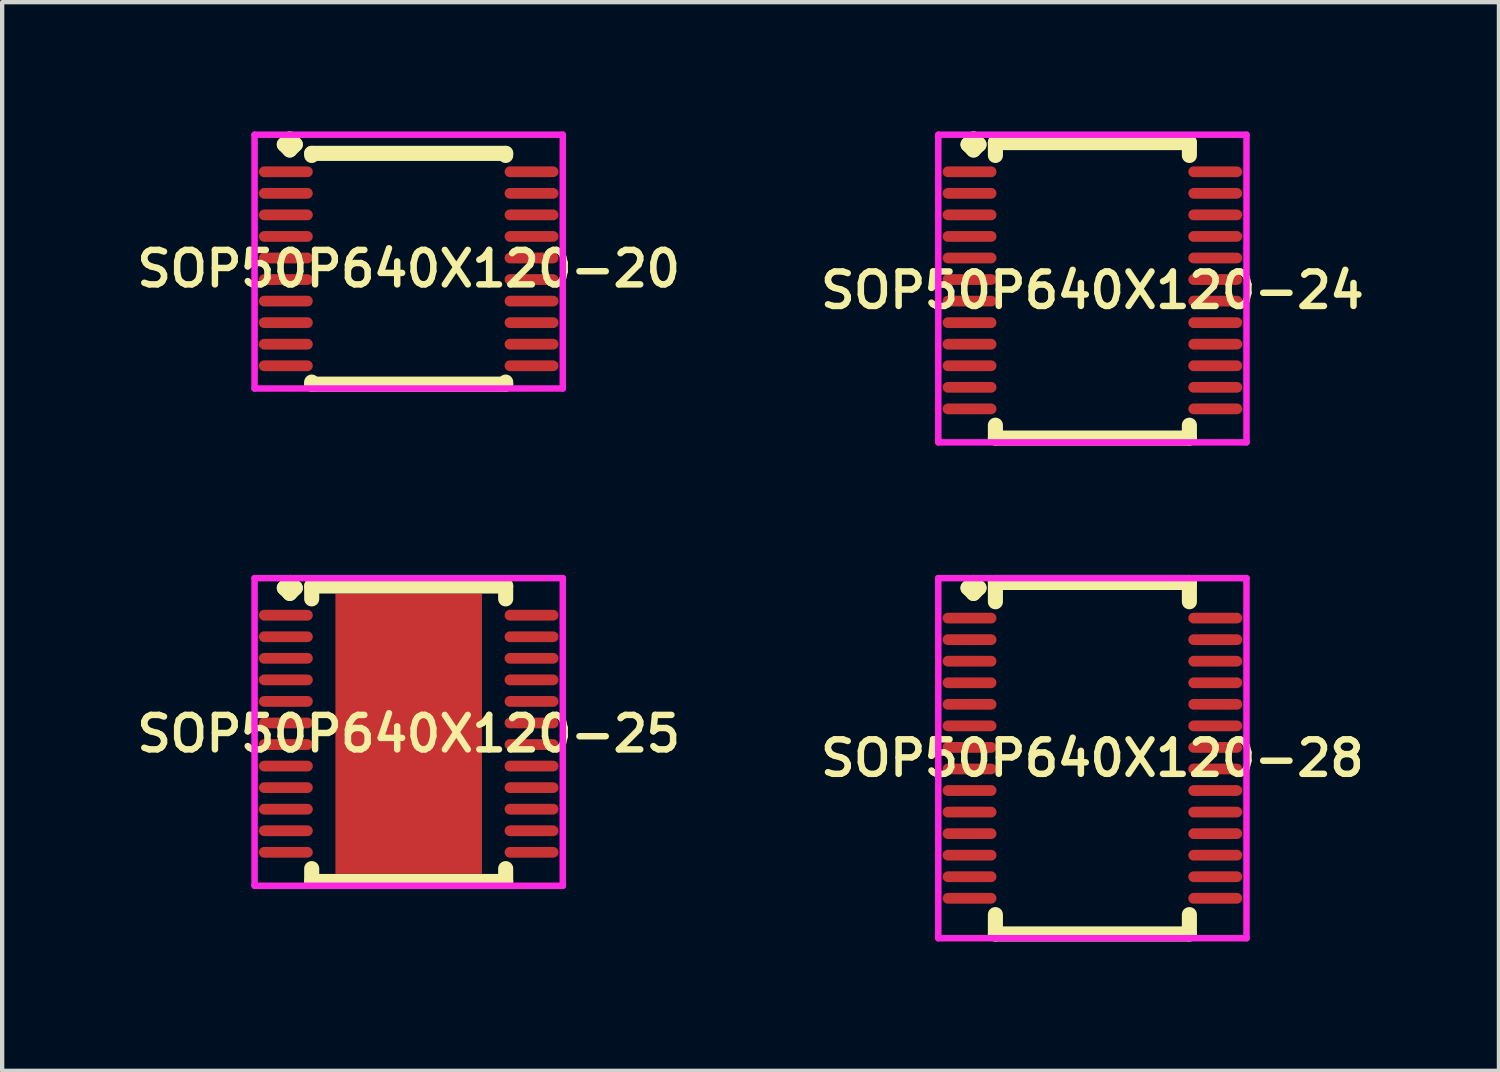
<source format=kicad_pcb>
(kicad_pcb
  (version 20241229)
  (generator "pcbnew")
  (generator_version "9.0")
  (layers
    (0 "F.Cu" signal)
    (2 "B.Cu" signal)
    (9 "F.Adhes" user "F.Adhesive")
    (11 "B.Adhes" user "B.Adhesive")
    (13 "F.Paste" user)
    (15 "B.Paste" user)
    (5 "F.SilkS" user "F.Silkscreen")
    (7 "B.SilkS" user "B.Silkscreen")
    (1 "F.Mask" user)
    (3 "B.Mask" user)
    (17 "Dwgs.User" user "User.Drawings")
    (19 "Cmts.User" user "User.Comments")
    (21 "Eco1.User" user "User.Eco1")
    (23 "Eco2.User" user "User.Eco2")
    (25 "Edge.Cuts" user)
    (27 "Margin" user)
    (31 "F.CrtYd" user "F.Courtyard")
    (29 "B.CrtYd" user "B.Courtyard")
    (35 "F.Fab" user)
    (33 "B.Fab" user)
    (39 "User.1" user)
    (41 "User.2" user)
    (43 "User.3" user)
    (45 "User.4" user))
  (footprint "SOP50P640X120-24"
    (layer "F.Cu")
    (at 22.292 3.685)
    (property "Reference" "SOP50P640X120-24" (at 0 0 0) (layer "F.SilkS") (effects (font (size 0.8 0.8) (thickness 0.15))))
    (attr through_hole)
    (fp_line (start -2.885 -3.383) (end -2.758 -3.51) (stroke (width 0.35) (type solid)) (layer "F.SilkS"))
    (fp_line (start -2.758 -3.51) (end -2.631 -3.383) (stroke (width 0.35) (type solid)) (layer "F.SilkS"))
    (fp_line (start -2.758 -3.256) (end -2.885 -3.383) (stroke (width 0.35) (type solid)) (layer "F.SilkS"))
    (fp_line (start -2.631 -3.383) (end -2.758 -3.256) (stroke (width 0.35) (type solid)) (layer "F.SilkS"))
    (fp_line (start -2.25 -3.427) (end 2.25 -3.427) (stroke (width 0.35) (type solid)) (layer "F.SilkS"))
    (fp_line (start -2.25 -3.129) (end -2.25 -3.427) (stroke (width 0.35) (type solid)) (layer "F.SilkS"))
    (fp_line (start -2.25 3.129) (end -2.25 3.427) (stroke (width 0.35) (type solid)) (layer "F.SilkS"))
    (fp_line (start -2.25 3.427) (end 2.25 3.427) (stroke (width 0.35) (type solid)) (layer "F.SilkS"))
    (fp_line (start 2.25 -3.427) (end 2.25 -3.129) (stroke (width 0.35) (type solid)) (layer "F.SilkS"))
    (fp_line (start 2.25 3.427) (end 2.25 3.129) (stroke (width 0.35) (type solid)) (layer "F.SilkS"))
    (fp_line (start -3.575 -3.61) (end 3.575 -3.61) (stroke (width 0.15) (type solid)) (layer "F.CrtYd"))
    (fp_line (start -3.575 3.527) (end -3.575 -3.61) (stroke (width 0.15) (type solid)) (layer "F.CrtYd"))
    (fp_line (start 3.575 -3.61) (end 3.575 3.527) (stroke (width 0.15) (type solid)) (layer "F.CrtYd"))
    (fp_line (start 3.575 3.527) (end -3.575 3.527) (stroke (width 0.15) (type solid)) (layer "F.CrtYd"))
    (pad "1" smd oval (at -2.85 -2.75) (size 1.25 0.25) (layers "F.Cu" "F.Mask" "F.Paste"))
    (pad "2" smd oval (at -2.85 -2.25) (size 1.25 0.25) (layers "F.Cu" "F.Mask" "F.Paste"))
    (pad "3" smd oval (at -2.85 -1.75) (size 1.25 0.25) (layers "F.Cu" "F.Mask" "F.Paste"))
    (pad "4" smd oval (at -2.85 -1.25) (size 1.25 0.25) (layers "F.Cu" "F.Mask" "F.Paste"))
    (pad "5" smd oval (at -2.85 -0.75) (size 1.25 0.25) (layers "F.Cu" "F.Mask" "F.Paste"))
    (pad "6" smd oval (at -2.85 -0.25) (size 1.25 0.25) (layers "F.Cu" "F.Mask" "F.Paste"))
    (pad "7" smd oval (at -2.85 0.25) (size 1.25 0.25) (layers "F.Cu" "F.Mask" "F.Paste"))
    (pad "8" smd oval (at -2.85 0.75) (size 1.25 0.25) (layers "F.Cu" "F.Mask" "F.Paste"))
    (pad "9" smd oval (at -2.85 1.25) (size 1.25 0.25) (layers "F.Cu" "F.Mask" "F.Paste"))
    (pad "10" smd oval (at -2.85 1.75) (size 1.25 0.25) (layers "F.Cu" "F.Mask" "F.Paste"))
    (pad "11" smd oval (at -2.85 2.25) (size 1.25 0.25) (layers "F.Cu" "F.Mask" "F.Paste"))
    (pad "12" smd oval (at -2.85 2.75) (size 1.25 0.25) (layers "F.Cu" "F.Mask" "F.Paste"))
    (pad "13" smd oval (at 2.85 2.75) (size 1.25 0.25) (layers "F.Cu" "F.Mask" "F.Paste"))
    (pad "14" smd oval (at 2.85 2.25) (size 1.25 0.25) (layers "F.Cu" "F.Mask" "F.Paste"))
    (pad "15" smd oval (at 2.85 1.75) (size 1.25 0.25) (layers "F.Cu" "F.Mask" "F.Paste"))
    (pad "16" smd oval (at 2.85 1.25) (size 1.25 0.25) (layers "F.Cu" "F.Mask" "F.Paste"))
    (pad "17" smd oval (at 2.85 0.75) (size 1.25 0.25) (layers "F.Cu" "F.Mask" "F.Paste"))
    (pad "18" smd oval (at 2.85 0.25) (size 1.25 0.25) (layers "F.Cu" "F.Mask" "F.Paste"))
    (pad "19" smd oval (at 2.85 -0.25) (size 1.25 0.25) (layers "F.Cu" "F.Mask" "F.Paste"))
    (pad "20" smd oval (at 2.85 -0.75) (size 1.25 0.25) (layers "F.Cu" "F.Mask" "F.Paste"))
    (pad "21" smd oval (at 2.85 -1.25) (size 1.25 0.25) (layers "F.Cu" "F.Mask" "F.Paste"))
    (pad "22" smd oval (at 2.85 -1.75) (size 1.25 0.25) (layers "F.Cu" "F.Mask" "F.Paste"))
    (pad "23" smd oval (at 2.85 -2.25) (size 1.25 0.25) (layers "F.Cu" "F.Mask" "F.Paste"))
    (pad "24" smd oval (at 2.85 -2.75) (size 1.25 0.25) (layers "F.Cu" "F.Mask" "F.Paste")))
  (footprint "SOP50P640X120-20"
    (layer "F.Cu")
    (at 6.431 3.185)
    (property "Reference" "SOP50P640X120-20" (at 0 0 0) (layer "F.SilkS") (effects (font (size 0.8 0.8) (thickness 0.15))))
    (attr through_hole)
    (fp_line (start -2.885 -2.883) (end -2.758 -3.01) (stroke (width 0.35) (type solid)) (layer "F.SilkS"))
    (fp_line (start -2.758 -3.01) (end -2.631 -2.883) (stroke (width 0.35) (type solid)) (layer "F.SilkS"))
    (fp_line (start -2.758 -2.756) (end -2.885 -2.883) (stroke (width 0.35) (type solid)) (layer "F.SilkS"))
    (fp_line (start -2.631 -2.883) (end -2.758 -2.756) (stroke (width 0.35) (type solid)) (layer "F.SilkS"))
    (fp_line (start -2.25 -2.677) (end 2.25 -2.677) (stroke (width 0.35) (type solid)) (layer "F.SilkS"))
    (fp_line (start -2.25 -2.629) (end -2.25 -2.677) (stroke (width 0.35) (type solid)) (layer "F.SilkS"))
    (fp_line (start -2.25 2.629) (end -2.25 2.677) (stroke (width 0.35) (type solid)) (layer "F.SilkS"))
    (fp_line (start -2.25 2.677) (end 2.25 2.677) (stroke (width 0.35) (type solid)) (layer "F.SilkS"))
    (fp_line (start 2.25 -2.677) (end 2.25 -2.629) (stroke (width 0.35) (type solid)) (layer "F.SilkS"))
    (fp_line (start 2.25 2.677) (end 2.25 2.629) (stroke (width 0.35) (type solid)) (layer "F.SilkS"))
    (fp_line (start -3.575 -3.11) (end 3.575 -3.11) (stroke (width 0.15) (type solid)) (layer "F.CrtYd"))
    (fp_line (start -3.575 2.777) (end -3.575 -3.11) (stroke (width 0.15) (type solid)) (layer "F.CrtYd"))
    (fp_line (start 3.575 -3.11) (end 3.575 2.777) (stroke (width 0.15) (type solid)) (layer "F.CrtYd"))
    (fp_line (start 3.575 2.777) (end -3.575 2.777) (stroke (width 0.15) (type solid)) (layer "F.CrtYd"))
    (pad "1" smd oval (at -2.85 -2.25) (size 1.25 0.25) (layers "F.Cu" "F.Mask" "F.Paste"))
    (pad "2" smd oval (at -2.85 -1.75) (size 1.25 0.25) (layers "F.Cu" "F.Mask" "F.Paste"))
    (pad "3" smd oval (at -2.85 -1.25) (size 1.25 0.25) (layers "F.Cu" "F.Mask" "F.Paste"))
    (pad "4" smd oval (at -2.85 -0.75) (size 1.25 0.25) (layers "F.Cu" "F.Mask" "F.Paste"))
    (pad "5" smd oval (at -2.85 -0.25) (size 1.25 0.25) (layers "F.Cu" "F.Mask" "F.Paste"))
    (pad "6" smd oval (at -2.85 0.25) (size 1.25 0.25) (layers "F.Cu" "F.Mask" "F.Paste"))
    (pad "7" smd oval (at -2.85 0.75) (size 1.25 0.25) (layers "F.Cu" "F.Mask" "F.Paste"))
    (pad "8" smd oval (at -2.85 1.25) (size 1.25 0.25) (layers "F.Cu" "F.Mask" "F.Paste"))
    (pad "9" smd oval (at -2.85 1.75) (size 1.25 0.25) (layers "F.Cu" "F.Mask" "F.Paste"))
    (pad "10" smd oval (at -2.85 2.25) (size 1.25 0.25) (layers "F.Cu" "F.Mask" "F.Paste"))
    (pad "11" smd oval (at 2.85 2.25) (size 1.25 0.25) (layers "F.Cu" "F.Mask" "F.Paste"))
    (pad "12" smd oval (at 2.85 1.75) (size 1.25 0.25) (layers "F.Cu" "F.Mask" "F.Paste"))
    (pad "13" smd oval (at 2.85 1.25) (size 1.25 0.25) (layers "F.Cu" "F.Mask" "F.Paste"))
    (pad "14" smd oval (at 2.85 0.75) (size 1.25 0.25) (layers "F.Cu" "F.Mask" "F.Paste"))
    (pad "15" smd oval (at 2.85 0.25) (size 1.25 0.25) (layers "F.Cu" "F.Mask" "F.Paste"))
    (pad "16" smd oval (at 2.85 -0.25) (size 1.25 0.25) (layers "F.Cu" "F.Mask" "F.Paste"))
    (pad "17" smd oval (at 2.85 -0.75) (size 1.25 0.25) (layers "F.Cu" "F.Mask" "F.Paste"))
    (pad "18" smd oval (at 2.85 -1.25) (size 1.25 0.25) (layers "F.Cu" "F.Mask" "F.Paste"))
    (pad "19" smd oval (at 2.85 -1.75) (size 1.25 0.25) (layers "F.Cu" "F.Mask" "F.Paste"))
    (pad "20" smd oval (at 2.85 -2.25) (size 1.25 0.25) (layers "F.Cu" "F.Mask" "F.Paste")))
  (footprint "SOP50P640X120-28"
    (layer "F.Cu")
    (at 22.292 14.539)
    (property "Reference" "SOP50P640X120-28" (at 0 0 0) (layer "F.SilkS") (effects (font (size 0.8 0.8) (thickness 0.15))))
    (attr smd)
    (fp_line (start -2.885 -3.95) (end -2.758 -4.077) (stroke (width 0.35) (type solid)) (layer "F.SilkS"))
    (fp_line (start -2.758 -4.077) (end -2.631 -3.95) (stroke (width 0.35) (type solid)) (layer "F.SilkS"))
    (fp_line (start -2.758 -3.823) (end -2.885 -3.95) (stroke (width 0.35) (type solid)) (layer "F.SilkS"))
    (fp_line (start -2.631 -3.95) (end -2.758 -3.823) (stroke (width 0.35) (type solid)) (layer "F.SilkS"))
    (fp_line (start -2.25 -4.077) (end 2.25 -4.077) (stroke (width 0.35) (type solid)) (layer "F.SilkS"))
    (fp_line (start -2.25 -3.629) (end -2.25 -4.077) (stroke (width 0.35) (type solid)) (layer "F.SilkS"))
    (fp_line (start -2.25 3.629) (end -2.25 4.077) (stroke (width 0.35) (type solid)) (layer "F.SilkS"))
    (fp_line (start -2.25 4.077) (end 2.25 4.077) (stroke (width 0.35) (type solid)) (layer "F.SilkS"))
    (fp_line (start 2.25 -4.077) (end 2.25 -3.629) (stroke (width 0.35) (type solid)) (layer "F.SilkS"))
    (fp_line (start 2.25 4.077) (end 2.25 3.629) (stroke (width 0.35) (type solid)) (layer "F.SilkS"))
    (fp_line (start -3.575 -4.177) (end 3.575 -4.177) (stroke (width 0.15) (type solid)) (layer "F.CrtYd"))
    (fp_line (start -3.575 4.177) (end -3.575 -4.177) (stroke (width 0.15) (type solid)) (layer "F.CrtYd"))
    (fp_line (start 3.575 -4.177) (end 3.575 4.177) (stroke (width 0.15) (type solid)) (layer "F.CrtYd"))
    (fp_line (start 3.575 4.177) (end -3.575 4.177) (stroke (width 0.15) (type solid)) (layer "F.CrtYd"))
    (pad "1" smd oval (at -2.85 -3.25) (size 1.25 0.25) (layers "F.Cu" "F.Mask" "F.Paste"))
    (pad "2" smd oval (at -2.85 -2.75) (size 1.25 0.25) (layers "F.Cu" "F.Mask" "F.Paste"))
    (pad "3" smd oval (at -2.85 -2.25) (size 1.25 0.25) (layers "F.Cu" "F.Mask" "F.Paste"))
    (pad "4" smd oval (at -2.85 -1.75) (size 1.25 0.25) (layers "F.Cu" "F.Mask" "F.Paste"))
    (pad "5" smd oval (at -2.85 -1.25) (size 1.25 0.25) (layers "F.Cu" "F.Mask" "F.Paste"))
    (pad "6" smd oval (at -2.85 -0.75) (size 1.25 0.25) (layers "F.Cu" "F.Mask" "F.Paste"))
    (pad "7" smd oval (at -2.85 -0.25) (size 1.25 0.25) (layers "F.Cu" "F.Mask" "F.Paste"))
    (pad "8" smd oval (at -2.85 0.25) (size 1.25 0.25) (layers "F.Cu" "F.Mask" "F.Paste"))
    (pad "9" smd oval (at -2.85 0.75) (size 1.25 0.25) (layers "F.Cu" "F.Mask" "F.Paste"))
    (pad "10" smd oval (at -2.85 1.25) (size 1.25 0.25) (layers "F.Cu" "F.Mask" "F.Paste"))
    (pad "11" smd oval (at -2.85 1.75) (size 1.25 0.25) (layers "F.Cu" "F.Mask" "F.Paste"))
    (pad "12" smd oval (at -2.85 2.25) (size 1.25 0.25) (layers "F.Cu" "F.Mask" "F.Paste"))
    (pad "13" smd oval (at -2.85 2.75) (size 1.25 0.25) (layers "F.Cu" "F.Mask" "F.Paste"))
    (pad "14" smd oval (at -2.85 3.25) (size 1.25 0.25) (layers "F.Cu" "F.Mask" "F.Paste"))
    (pad "15" smd oval (at 2.85 3.25) (size 1.25 0.25) (layers "F.Cu" "F.Mask" "F.Paste"))
    (pad "16" smd oval (at 2.85 2.75) (size 1.25 0.25) (layers "F.Cu" "F.Mask" "F.Paste"))
    (pad "17" smd oval (at 2.85 2.25) (size 1.25 0.25) (layers "F.Cu" "F.Mask" "F.Paste"))
    (pad "18" smd oval (at 2.85 1.75) (size 1.25 0.25) (layers "F.Cu" "F.Mask" "F.Paste"))
    (pad "19" smd oval (at 2.85 1.25) (size 1.25 0.25) (layers "F.Cu" "F.Mask" "F.Paste"))
    (pad "20" smd oval (at 2.85 0.75) (size 1.25 0.25) (layers "F.Cu" "F.Mask" "F.Paste"))
    (pad "21" smd oval (at 2.85 0.25) (size 1.25 0.25) (layers "F.Cu" "F.Mask" "F.Paste"))
    (pad "22" smd oval (at 2.85 -0.25) (size 1.25 0.25) (layers "F.Cu" "F.Mask" "F.Paste"))
    (pad "23" smd oval (at 2.85 -0.75) (size 1.25 0.25) (layers "F.Cu" "F.Mask" "F.Paste"))
    (pad "24" smd oval (at 2.85 -1.25) (size 1.25 0.25) (layers "F.Cu" "F.Mask" "F.Paste"))
    (pad "25" smd oval (at 2.85 -1.75) (size 1.25 0.25) (layers "F.Cu" "F.Mask" "F.Paste"))
    (pad "26" smd oval (at 2.85 -2.25) (size 1.25 0.25) (layers "F.Cu" "F.Mask" "F.Paste"))
    (pad "27" smd oval (at 2.85 -2.75) (size 1.25 0.25) (layers "F.Cu" "F.Mask" "F.Paste"))
    (pad "28" smd oval (at 2.85 -3.25) (size 1.25 0.25) (layers "F.Cu" "F.Mask" "F.Paste")))
  (footprint "SOP50P640X120-25"
    (layer "F.Cu")
    (at 6.431 13.972)
    (property "Reference" "SOP50P640X120-25" (at 0 0 0) (layer "F.SilkS") (effects (font (size 0.8 0.8) (thickness 0.15))))
    (attr through_hole)
    (fp_line (start -2.885 -3.383) (end -2.758 -3.51) (stroke (width 0.35) (type solid)) (layer "F.SilkS"))
    (fp_line (start -2.758 -3.51) (end -2.631 -3.383) (stroke (width 0.35) (type solid)) (layer "F.SilkS"))
    (fp_line (start -2.758 -3.256) (end -2.885 -3.383) (stroke (width 0.35) (type solid)) (layer "F.SilkS"))
    (fp_line (start -2.631 -3.383) (end -2.758 -3.256) (stroke (width 0.35) (type solid)) (layer "F.SilkS"))
    (fp_line (start -2.25 -3.427) (end 2.25 -3.427) (stroke (width 0.35) (type solid)) (layer "F.SilkS"))
    (fp_line (start -2.25 -3.129) (end -2.25 -3.427) (stroke (width 0.35) (type solid)) (layer "F.SilkS"))
    (fp_line (start -2.25 3.129) (end -2.25 3.427) (stroke (width 0.35) (type solid)) (layer "F.SilkS"))
    (fp_line (start -2.25 3.427) (end 2.25 3.427) (stroke (width 0.35) (type solid)) (layer "F.SilkS"))
    (fp_line (start 2.25 -3.427) (end 2.25 -3.129) (stroke (width 0.35) (type solid)) (layer "F.SilkS"))
    (fp_line (start 2.25 3.427) (end 2.25 3.129) (stroke (width 0.35) (type solid)) (layer "F.SilkS"))
    (fp_line (start -3.575 -3.61) (end 3.575 -3.61) (stroke (width 0.15) (type solid)) (layer "F.CrtYd"))
    (fp_line (start -3.575 3.527) (end -3.575 -3.61) (stroke (width 0.15) (type solid)) (layer "F.CrtYd"))
    (fp_line (start 3.575 -3.61) (end 3.575 3.527) (stroke (width 0.15) (type solid)) (layer "F.CrtYd"))
    (fp_line (start 3.575 3.527) (end -3.575 3.527) (stroke (width 0.15) (type solid)) (layer "F.CrtYd"))
    (pad "1" smd oval (at -2.85 -2.75) (size 1.25 0.25) (layers "F.Cu" "F.Mask" "F.Paste"))
    (pad "2" smd oval (at -2.85 -2.25) (size 1.25 0.25) (layers "F.Cu" "F.Mask" "F.Paste"))
    (pad "3" smd oval (at -2.85 -1.75) (size 1.25 0.25) (layers "F.Cu" "F.Mask" "F.Paste"))
    (pad "4" smd oval (at -2.85 -1.25) (size 1.25 0.25) (layers "F.Cu" "F.Mask" "F.Paste"))
    (pad "5" smd oval (at -2.85 -0.75) (size 1.25 0.25) (layers "F.Cu" "F.Mask" "F.Paste"))
    (pad "6" smd oval (at -2.85 -0.25) (size 1.25 0.25) (layers "F.Cu" "F.Mask" "F.Paste"))
    (pad "7" smd oval (at -2.85 0.25) (size 1.25 0.25) (layers "F.Cu" "F.Mask" "F.Paste"))
    (pad "8" smd oval (at -2.85 0.75) (size 1.25 0.25) (layers "F.Cu" "F.Mask" "F.Paste"))
    (pad "9" smd oval (at -2.85 1.25) (size 1.25 0.25) (layers "F.Cu" "F.Mask" "F.Paste"))
    (pad "10" smd oval (at -2.85 1.75) (size 1.25 0.25) (layers "F.Cu" "F.Mask" "F.Paste"))
    (pad "11" smd oval (at -2.85 2.25) (size 1.25 0.25) (layers "F.Cu" "F.Mask" "F.Paste"))
    (pad "12" smd oval (at -2.85 2.75) (size 1.25 0.25) (layers "F.Cu" "F.Mask" "F.Paste"))
    (pad "13" smd oval (at 2.85 2.75) (size 1.25 0.25) (layers "F.Cu" "F.Mask" "F.Paste"))
    (pad "14" smd oval (at 2.85 2.25) (size 1.25 0.25) (layers "F.Cu" "F.Mask" "F.Paste"))
    (pad "15" smd oval (at 2.85 1.75) (size 1.25 0.25) (layers "F.Cu" "F.Mask" "F.Paste"))
    (pad "16" smd oval (at 2.85 1.25) (size 1.25 0.25) (layers "F.Cu" "F.Mask" "F.Paste"))
    (pad "17" smd oval (at 2.85 0.75) (size 1.25 0.25) (layers "F.Cu" "F.Mask" "F.Paste"))
    (pad "18" smd oval (at 2.85 0.25) (size 1.25 0.25) (layers "F.Cu" "F.Mask" "F.Paste"))
    (pad "19" smd oval (at 2.85 -0.25) (size 1.25 0.25) (layers "F.Cu" "F.Mask" "F.Paste"))
    (pad "20" smd oval (at 2.85 -0.75) (size 1.25 0.25) (layers "F.Cu" "F.Mask" "F.Paste"))
    (pad "21" smd oval (at 2.85 -1.25) (size 1.25 0.25) (layers "F.Cu" "F.Mask" "F.Paste"))
    (pad "22" smd oval (at 2.85 -1.75) (size 1.25 0.25) (layers "F.Cu" "F.Mask" "F.Paste"))
    (pad "23" smd oval (at 2.85 -2.25) (size 1.25 0.25) (layers "F.Cu" "F.Mask" "F.Paste"))
    (pad "24" smd oval (at 2.85 -2.75) (size 1.25 0.25) (layers "F.Cu" "F.Mask" "F.Paste"))
    (pad "25" smd rect (at 0 0) (size 3.4 6.5) (layers "F.Cu" "F.Mask" "F.Paste")))
  (gr_rect
    (start -3 -3)
    (end 31.723 21.791)
    (stroke (width 0.1) (type default))
    (fill no)
    (layer "Edge.Cuts")))
</source>
